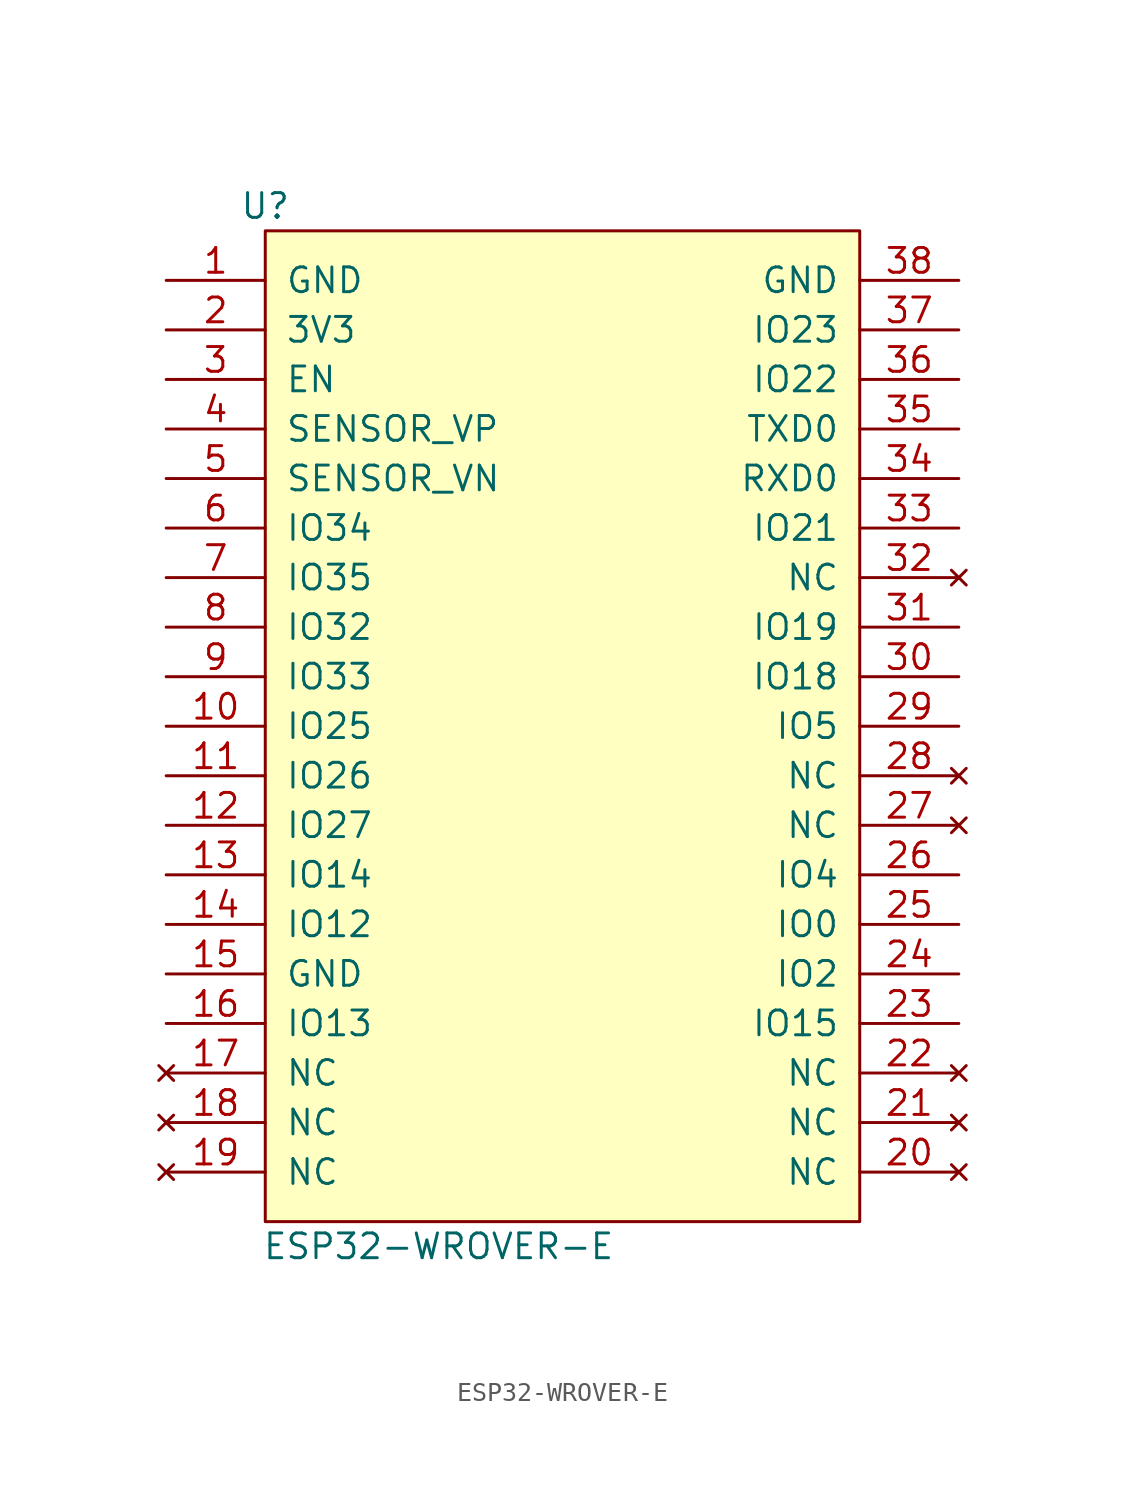
<source format=kicad_sym>
(kicad_symbol_lib
  (version 20220331)
  (generator kicad_symbol_editor)
  (symbol "ESP32-WROVER-E"
    (pin_names
      (offset 1.016))
    (property "Reference" "U"
      (at -15.24 26.67 0)
      (effects (font (size 1.27 1.27))))
    (property "Value" "ESP32-WROVER-E"
      (at -6.35 -26.67 0)
      (effects (font (size 1.27 1.27))))
    (symbol "ESP32-WROVER-E_0_1"
      (rectangle (start -15.24 25.4) (end 15.24 -25.4) (stroke (width 0) (type solid)) (fill (type background))))
    (symbol "ESP32-WROVER-E_1_1"
      (pin power_in line (at -20.32 22.86 0) (length 5.08) (name "GND" (effects (font (size 1.27 1.27)))) (number "1" (effects (font (size 1.27 1.27)))))
      (pin bidirectional line (at -20.32 0 0) (length 5.08) (name "IO25" (effects (font (size 1.27 1.27)))) (number "10" (effects (font (size 1.27 1.27)))))
      (pin bidirectional line (at -20.32 -2.54 0) (length 5.08) (name "IO26" (effects (font (size 1.27 1.27)))) (number "11" (effects (font (size 1.27 1.27)))))
      (pin bidirectional line (at -20.32 -5.08 0) (length 5.08) (name "IO27" (effects (font (size 1.27 1.27)))) (number "12" (effects (font (size 1.27 1.27)))))
      (pin bidirectional line (at -20.32 -7.62 0) (length 5.08) (name "IO14" (effects (font (size 1.27 1.27)))) (number "13" (effects (font (size 1.27 1.27)))))
      (pin bidirectional line (at -20.32 -10.16 0) (length 5.08) (name "IO12" (effects (font (size 1.27 1.27)))) (number "14" (effects (font (size 1.27 1.27)))))
      (pin power_in line (at -20.32 -12.7 0) (length 5.08) (name "GND" (effects (font (size 1.27 1.27)))) (number "15" (effects (font (size 1.27 1.27)))))
      (pin bidirectional line (at -20.32 -15.24 0) (length 5.08) (name "IO13" (effects (font (size 1.27 1.27)))) (number "16" (effects (font (size 1.27 1.27)))))
      (pin no_connect line (at -20.32 -17.78 0) (length 5.08) (name "NC" (effects (font (size 1.27 1.27)))) (number "17" (effects (font (size 1.27 1.27)))))
      (pin no_connect line (at -20.32 -20.32 0) (length 5.08) (name "NC" (effects (font (size 1.27 1.27)))) (number "18" (effects (font (size 1.27 1.27)))))
      (pin no_connect line (at -20.32 -22.86 0) (length 5.08) (name "NC" (effects (font (size 1.27 1.27)))) (number "19" (effects (font (size 1.27 1.27)))))
      (pin power_in line (at -20.32 20.32 0) (length 5.08) (name "3V3" (effects (font (size 1.27 1.27)))) (number "2" (effects (font (size 1.27 1.27)))))
      (pin no_connect line (at 20.32 -22.86 180) (length 5.08) (name "NC" (effects (font (size 1.27 1.27)))) (number "20" (effects (font (size 1.27 1.27)))))
      (pin no_connect line (at 20.32 -20.32 180) (length 5.08) (name "NC" (effects (font (size 1.27 1.27)))) (number "21" (effects (font (size 1.27 1.27)))))
      (pin no_connect line (at 20.32 -17.78 180) (length 5.08) (name "NC" (effects (font (size 1.27 1.27)))) (number "22" (effects (font (size 1.27 1.27)))))
      (pin bidirectional line (at 20.32 -15.24 180) (length 5.08) (name "IO15" (effects (font (size 1.27 1.27)))) (number "23" (effects (font (size 1.27 1.27)))))
      (pin bidirectional line (at 20.32 -12.7 180) (length 5.08) (name "IO2" (effects (font (size 1.27 1.27)))) (number "24" (effects (font (size 1.27 1.27)))))
      (pin bidirectional line (at 20.32 -10.16 180) (length 5.08) (name "IO0" (effects (font (size 1.27 1.27)))) (number "25" (effects (font (size 1.27 1.27)))))
      (pin bidirectional line (at 20.32 -7.62 180) (length 5.08) (name "IO4" (effects (font (size 1.27 1.27)))) (number "26" (effects (font (size 1.27 1.27)))))
      (pin no_connect line (at 20.32 -5.08 180) (length 5.08) (name "NC" (effects (font (size 1.27 1.27)))) (number "27" (effects (font (size 1.27 1.27)))))
      (pin no_connect line (at 20.32 -2.54 180) (length 5.08) (name "NC" (effects (font (size 1.27 1.27)))) (number "28" (effects (font (size 1.27 1.27)))))
      (pin bidirectional line (at 20.32 0 180) (length 5.08) (name "IO5" (effects (font (size 1.27 1.27)))) (number "29" (effects (font (size 1.27 1.27)))))
      (pin input line (at -20.32 17.78 0) (length 5.08) (name "EN" (effects (font (size 1.27 1.27)))) (number "3" (effects (font (size 1.27 1.27)))))
      (pin bidirectional line (at 20.32 2.54 180) (length 5.08) (name "IO18" (effects (font (size 1.27 1.27)))) (number "30" (effects (font (size 1.27 1.27)))))
      (pin bidirectional line (at 20.32 5.08 180) (length 5.08) (name "IO19" (effects (font (size 1.27 1.27)))) (number "31" (effects (font (size 1.27 1.27)))))
      (pin no_connect line (at 20.32 7.62 180) (length 5.08) (name "NC" (effects (font (size 1.27 1.27)))) (number "32" (effects (font (size 1.27 1.27)))))
      (pin bidirectional line (at 20.32 10.16 180) (length 5.08) (name "IO21" (effects (font (size 1.27 1.27)))) (number "33" (effects (font (size 1.27 1.27)))))
      (pin output line (at 20.32 12.7 180) (length 5.08) (name "RXD0" (effects (font (size 1.27 1.27)))) (number "34" (effects (font (size 1.27 1.27)))))
      (pin output line (at 20.32 15.24 180) (length 5.08) (name "TXD0" (effects (font (size 1.27 1.27)))) (number "35" (effects (font (size 1.27 1.27)))))
      (pin bidirectional line (at 20.32 17.78 180) (length 5.08) (name "IO22" (effects (font (size 1.27 1.27)))) (number "36" (effects (font (size 1.27 1.27)))))
      (pin bidirectional line (at 20.32 20.32 180) (length 5.08) (name "IO23" (effects (font (size 1.27 1.27)))) (number "37" (effects (font (size 1.27 1.27)))))
      (pin power_in line (at 20.32 22.86 180) (length 5.08) (name "GND" (effects (font (size 1.27 1.27)))) (number "38" (effects (font (size 1.27 1.27)))))
      (pin output line (at -20.32 15.24 0) (length 5.08) (name "SENSOR_VP" (effects (font (size 1.27 1.27)))) (number "4" (effects (font (size 1.27 1.27)))))
      (pin output line (at -20.32 12.7 0) (length 5.08) (name "SENSOR_VN" (effects (font (size 1.27 1.27)))) (number "5" (effects (font (size 1.27 1.27)))))
      (pin bidirectional line (at -20.32 10.16 0) (length 5.08) (name "IO34" (effects (font (size 1.27 1.27)))) (number "6" (effects (font (size 1.27 1.27)))))
      (pin bidirectional line (at -20.32 7.62 0) (length 5.08) (name "IO35" (effects (font (size 1.27 1.27)))) (number "7" (effects (font (size 1.27 1.27)))))
      (pin bidirectional line (at -20.32 5.08 0) (length 5.08) (name "IO32" (effects (font (size 1.27 1.27)))) (number "8" (effects (font (size 1.27 1.27)))))
      (pin bidirectional line (at -20.32 2.54 0) (length 5.08) (name "IO33" (effects (font (size 1.27 1.27)))) (number "9" (effects (font (size 1.27 1.27))))))))
</source>
